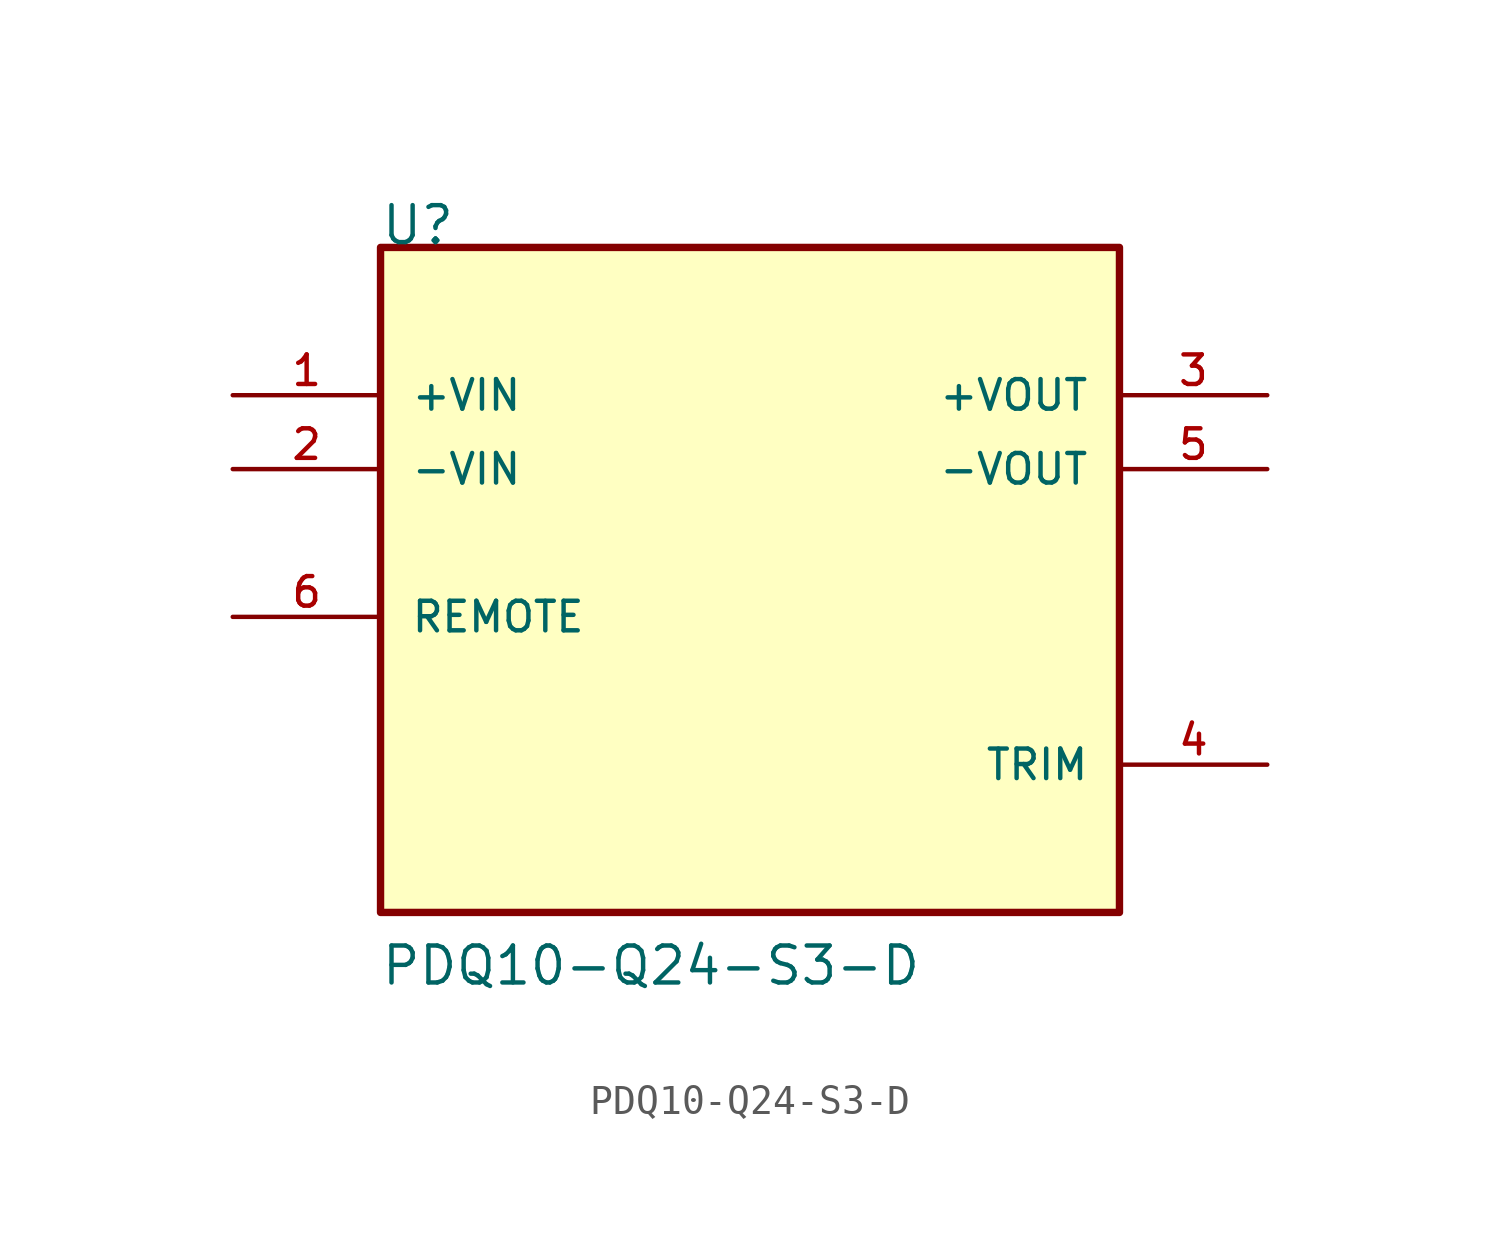
<source format=kicad_sym>
(kicad_symbol_lib
  (version 20211014)
  (generator kicad_symbol_editor)
  (symbol "PDQ10-Q24-S3-D"
    (pin_names
      (offset 1.016))
    (property "Reference" "U"
      (at -12.725 10.18 0)
      (effects (font (size 1.27 1.27)) (justify bottom left)))
    (property "Value" "PDQ10-Q24-S3-D"
      (at -12.725 -15.27 0)
      (effects (font (size 1.27 1.27)) (justify bottom left)))
    (symbol "PDQ10-Q24-S3-D_0_0"
      (rectangle (start -12.7 -12.7) (end 12.7 10.16) (stroke (width 0.254)) (fill (type background)))
      (pin input line (at -17.78 5.08 0) (length 5.08) (name "+VIN" (effects (font (size 1.016 1.016)))) (number "1" (effects (font (size 1.016 1.016)))))
      (pin input line (at -17.78 2.54 0) (length 5.08) (name "-VIN" (effects (font (size 1.016 1.016)))) (number "2" (effects (font (size 1.016 1.016)))))
      (pin output line (at 17.78 5.08 180.0) (length 5.08) (name "+VOUT" (effects (font (size 1.016 1.016)))) (number "3" (effects (font (size 1.016 1.016)))))
      (pin passive line (at 17.78 -7.62 180.0) (length 5.08) (name "TRIM" (effects (font (size 1.016 1.016)))) (number "4" (effects (font (size 1.016 1.016)))))
      (pin output line (at 17.78 2.54 180.0) (length 5.08) (name "-VOUT" (effects (font (size 1.016 1.016)))) (number "5" (effects (font (size 1.016 1.016)))))
      (pin input line (at -17.78 -2.54 0) (length 5.08) (name "REMOTE" (effects (font (size 1.016 1.016)))) (number "6" (effects (font (size 1.016 1.016))))))))
</source>
